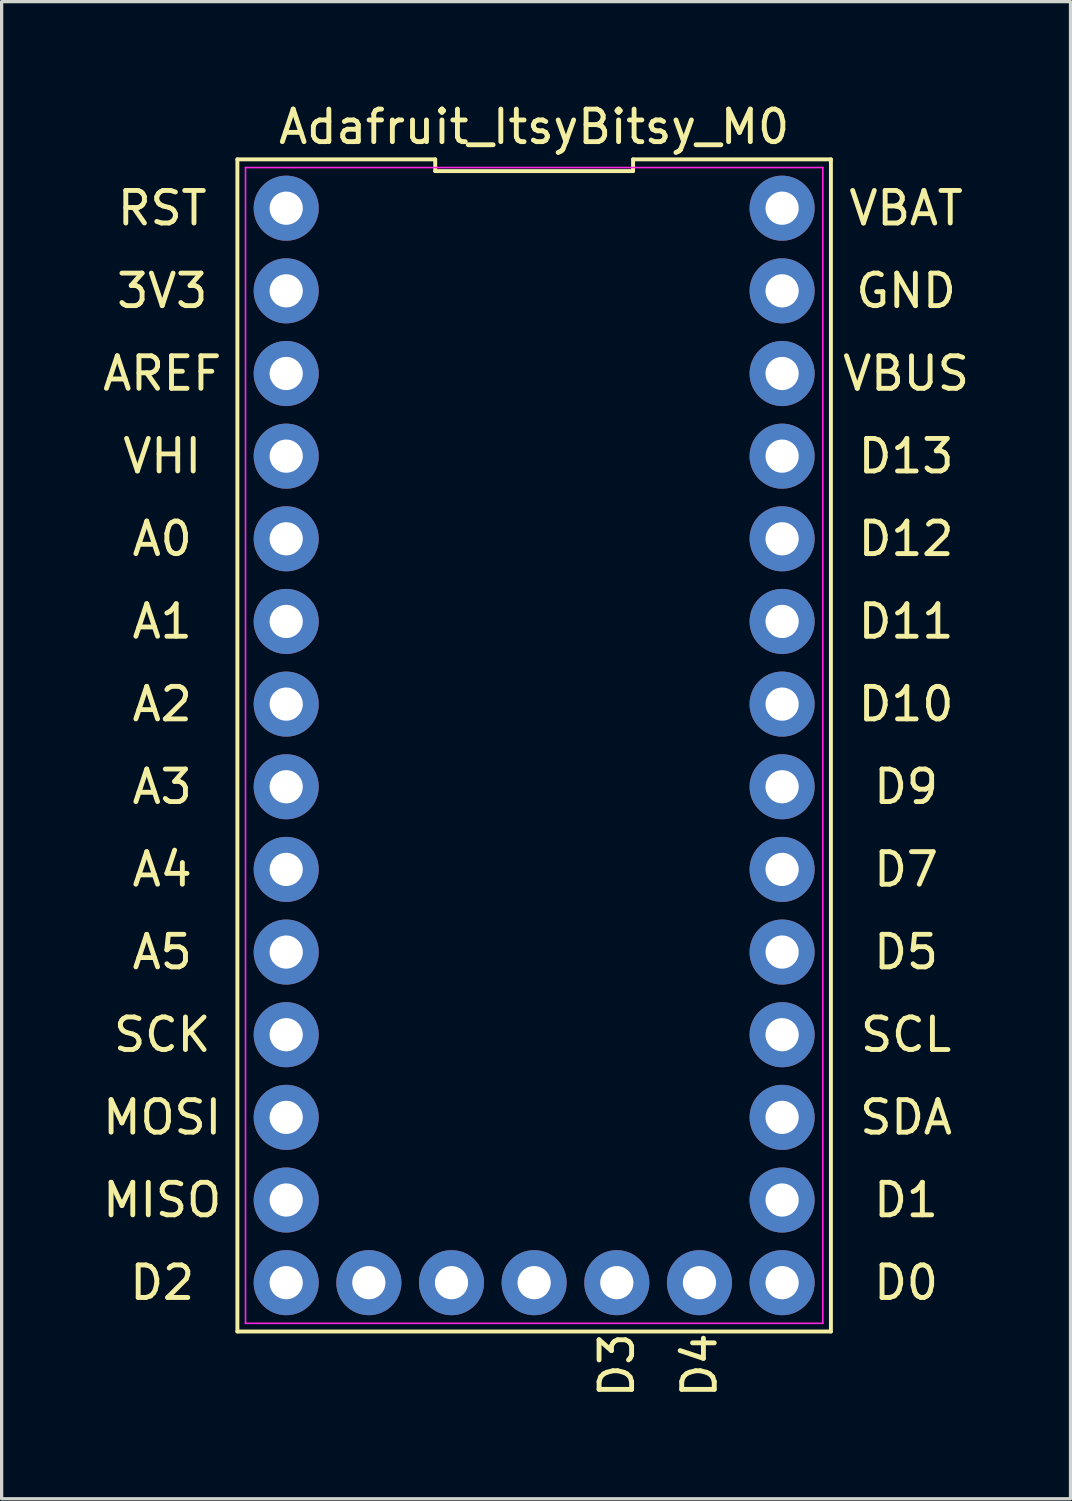
<source format=kicad_pcb>
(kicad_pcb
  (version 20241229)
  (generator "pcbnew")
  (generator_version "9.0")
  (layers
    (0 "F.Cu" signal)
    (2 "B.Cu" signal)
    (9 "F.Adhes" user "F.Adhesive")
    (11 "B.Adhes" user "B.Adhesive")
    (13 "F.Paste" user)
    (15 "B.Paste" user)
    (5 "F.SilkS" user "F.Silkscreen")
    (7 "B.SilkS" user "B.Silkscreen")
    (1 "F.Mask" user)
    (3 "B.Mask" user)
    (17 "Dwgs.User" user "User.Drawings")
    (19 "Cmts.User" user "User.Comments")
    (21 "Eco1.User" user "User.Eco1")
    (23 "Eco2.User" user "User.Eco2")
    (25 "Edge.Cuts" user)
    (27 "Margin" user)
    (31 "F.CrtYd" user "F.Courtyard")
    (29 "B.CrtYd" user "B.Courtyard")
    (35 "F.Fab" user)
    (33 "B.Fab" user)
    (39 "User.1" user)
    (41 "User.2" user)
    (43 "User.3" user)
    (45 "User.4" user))
  (footprint "Adafruit_ItsyBitsy_M0"
    (layer "F.Cu")
    (at 13.365 21.128)
    (property "Reference" "Adafruit_ItsyBitsy_M0" (at 0 -20.28 0) (layer "F.SilkS") (effects (font (size 1 1) (thickness 0.15))))
    (attr through_hole)
    (fp_line (start -9.12 16.74) (end 9.12 16.74) (stroke (width 0.12) (type solid)) (layer "F.SilkS"))
    (fp_line (start -9.12 -19.28) (end -9.12 16.74) (stroke (width 0.12) (type solid)) (layer "F.SilkS"))
    (fp_line (start -3.04 -19.28) (end -9.12 -19.28) (stroke (width 0.12) (type solid)) (layer "F.SilkS"))
    (fp_line (start -3.04 -18.92) (end -3.04 -19.28) (stroke (width 0.12) (type solid)) (layer "F.SilkS"))
    (fp_line (start 3.04 -19.28) (end 3.04 -18.92) (stroke (width 0.12) (type solid)) (layer "F.SilkS"))
    (fp_line (start 3.04 -18.92) (end -3.04 -18.92) (stroke (width 0.12) (type solid)) (layer "F.SilkS"))
    (fp_line (start 9.12 16.74) (end 9.12 -19.28) (stroke (width 0.12) (type solid)) (layer "F.SilkS"))
    (fp_line (start 9.12 -19.28) (end 3.04 -19.28) (stroke (width 0.12) (type solid)) (layer "F.SilkS"))
    (fp_line (start -8.87 -19.03) (end 8.87 -19.03) (stroke (width 0.05) (type solid)) (layer "F.CrtYd"))
    (fp_line (start -8.87 16.49) (end -8.87 -19.03) (stroke (width 0.05) (type solid)) (layer "F.CrtYd"))
    (fp_line (start 8.87 -19.03) (end 8.87 16.49) (stroke (width 0.05) (type solid)) (layer "F.CrtYd"))
    (fp_line (start 8.87 16.49) (end -8.87 16.49) (stroke (width 0.05) (type solid)) (layer "F.CrtYd"))
    (fp_text user "A2" (at -11.43 -2.54 0) (layer "F.SilkS") (effects (font (size 1 1) (thickness 0.15))))
    (fp_text user "MOSI" (at -11.43 10.16 0) (layer "F.SilkS") (effects (font (size 1 1) (thickness 0.15))))
    (fp_text user "SCL" (at 11.43 7.62 0) (layer "F.SilkS") (effects (font (size 1 1) (thickness 0.15))))
    (fp_text user "D3" (at 2.54 17.78 270) (layer "F.SilkS") (effects (font (size 1 1) (thickness 0.15))))
    (fp_text user "D11" (at 11.43 -5.08 0) (layer "F.SilkS") (effects (font (size 1 1) (thickness 0.15))))
    (fp_text user "A4" (at -11.43 2.54 0) (layer "F.SilkS") (effects (font (size 1 1) (thickness 0.15))))
    (fp_text user "SDA" (at 11.43 10.16 0) (layer "F.SilkS") (effects (font (size 1 1) (thickness 0.15))))
    (fp_text user "D13" (at 11.43 -10.16 0) (layer "F.SilkS") (effects (font (size 1 1) (thickness 0.15))))
    (fp_text user "3V3" (at -11.43 -15.24 0) (layer "F.SilkS") (effects (font (size 1 1) (thickness 0.15))))
    (fp_text user "D12" (at 11.43 -7.62 0) (layer "F.SilkS") (effects (font (size 1 1) (thickness 0.15))))
    (fp_text user "GND" (at 11.43 -15.24 0) (layer "F.SilkS") (effects (font (size 1 1) (thickness 0.15))))
    (fp_text user "D7" (at 11.43 2.54 0) (layer "F.SilkS") (effects (font (size 1 1) (thickness 0.15))))
    (fp_text user "A5" (at -11.43 5.08 0) (layer "F.SilkS") (effects (font (size 1 1) (thickness 0.15))))
    (fp_text user "VBUS" (at 11.43 -12.7 0) (layer "F.SilkS") (effects (font (size 1 1) (thickness 0.15))))
    (fp_text user "A0" (at -11.43 -7.62 0) (layer "F.SilkS") (effects (font (size 1 1) (thickness 0.15))))
    (fp_text user "D2" (at -11.43 15.24 0) (layer "F.SilkS") (effects (font (size 1 1) (thickness 0.15))))
    (fp_text user "RST" (at -11.43 -17.78 0) (layer "F.SilkS") (effects (font (size 1 1) (thickness 0.15))))
    (fp_text user "D9" (at 11.43 0 0) (layer "F.SilkS") (effects (font (size 1 1) (thickness 0.15))))
    (fp_text user "D10" (at 11.43 -2.54 0) (layer "F.SilkS") (effects (font (size 1 1) (thickness 0.15))))
    (fp_text user "A3" (at -11.43 0 0) (layer "F.SilkS") (effects (font (size 1 1) (thickness 0.15))))
    (fp_text user "D0" (at 11.43 15.24 0) (layer "F.SilkS") (effects (font (size 1 1) (thickness 0.15))))
    (fp_text user "A1" (at -11.43 -5.08 0) (layer "F.SilkS") (effects (font (size 1 1) (thickness 0.15))))
    (fp_text user "VHI" (at -11.43 -10.16 0) (layer "F.SilkS") (effects (font (size 1 1) (thickness 0.15))))
    (fp_text user "SCK" (at -11.43 7.62 0) (layer "F.SilkS") (effects (font (size 1 1) (thickness 0.15))))
    (fp_text user "MISO" (at -11.43 12.7 0) (layer "F.SilkS") (effects (font (size 1 1) (thickness 0.15))))
    (fp_text user "D5" (at 11.43 5.08 0) (layer "F.SilkS") (effects (font (size 1 1) (thickness 0.15))))
    (fp_text user "D4" (at 5.08 17.78 270) (layer "F.SilkS") (effects (font (size 1 1) (thickness 0.15))))
    (fp_text user "D1" (at 11.43 12.7 0) (layer "F.SilkS") (effects (font (size 1 1) (thickness 0.15))))
    (fp_text user "AREF" (at -11.43 -12.7 0) (layer "F.SilkS") (effects (font (size 1 1) (thickness 0.15))))
    (fp_text user "VBAT" (at 11.43 -17.78 0) (layer "F.SilkS") (effects (font (size 1 1) (thickness 0.15))))
    (pad "3V3" thru_hole circle (at -7.62 -15.24 270) (size 2 2) (drill 1.02) (layers "*.Cu" "*.Mask"))
    (pad "A0" thru_hole circle (at -7.62 -7.62 270) (size 2 2) (drill 1.02) (layers "*.Cu" "*.Mask"))
    (pad "A1" thru_hole circle (at -7.62 -5.08 270) (size 2 2) (drill 1.02) (layers "*.Cu" "*.Mask"))
    (pad "A2" thru_hole circle (at -7.62 -2.54 270) (size 2 2) (drill 1.02) (layers "*.Cu" "*.Mask"))
    (pad "A3" thru_hole circle (at -7.62 0 270) (size 2 2) (drill 1.02) (layers "*.Cu" "*.Mask"))
    (pad "A4" thru_hole circle (at -7.62 2.54 270) (size 2 2) (drill 1.02) (layers "*.Cu" "*.Mask"))
    (pad "A5" thru_hole circle (at -7.62 5.08 270) (size 2 2) (drill 1.02) (layers "*.Cu" "*.Mask"))
    (pad "AREF" thru_hole circle (at -7.62 -12.7 270) (size 2 2) (drill 1.02) (layers "*.Cu" "*.Mask"))
    (pad "D0" thru_hole circle (at 7.62 15.24 270) (size 2 2) (drill 1.02) (layers "*.Cu" "*.Mask"))
    (pad "D1" thru_hole circle (at 7.62 12.7 270) (size 2 2) (drill 1.02) (layers "*.Cu" "*.Mask"))
    (pad "D2" thru_hole circle (at -7.62 15.24 270) (size 2 2) (drill 1.02) (layers "*.Cu" "*.Mask"))
    (pad "D3" thru_hole circle (at 2.54 15.24 270) (size 2 2) (drill 1.02) (layers "*.Cu" "*.Mask"))
    (pad "D4" thru_hole circle (at 5.08 15.24 270) (size 2 2) (drill 1.02) (layers "*.Cu" "*.Mask"))
    (pad "D5" thru_hole circle (at 7.62 5.08 270) (size 2 2) (drill 1.02) (layers "*.Cu" "*.Mask"))
    (pad "D7" thru_hole circle (at 7.62 2.54 270) (size 2 2) (drill 1.02) (layers "*.Cu" "*.Mask"))
    (pad "D9" thru_hole circle (at 7.62 0 270) (size 2 2) (drill 1.02) (layers "*.Cu" "*.Mask"))
    (pad "D10" thru_hole circle (at 7.62 -2.54 270) (size 2 2) (drill 1.02) (layers "*.Cu" "*.Mask"))
    (pad "D11" thru_hole circle (at 7.62 -5.08 270) (size 2 2) (drill 1.02) (layers "*.Cu" "*.Mask"))
    (pad "D12" thru_hole circle (at 7.62 -7.62 270) (size 2 2) (drill 1.02) (layers "*.Cu" "*.Mask"))
    (pad "D13" thru_hole circle (at 7.62 -10.16 270) (size 2 2) (drill 1.02) (layers "*.Cu" "*.Mask"))
    (pad "EN" thru_hole circle (at -5.08 15.24 270) (size 2 2) (drill 1.02) (layers "*.Cu" "*.Mask"))
    (pad "GND" thru_hole circle (at 7.62 -15.24 270) (size 2 2) (drill 1.02) (layers "*.Cu" "*.Mask"))
    (pad "MISO" thru_hole circle (at -7.62 12.7 270) (size 2 2) (drill 1.02) (layers "*.Cu" "*.Mask"))
    (pad "MOSI" thru_hole circle (at -7.62 10.16 270) (size 2 2) (drill 1.02) (layers "*.Cu" "*.Mask"))
    (pad "RST" thru_hole circle (at -7.62 -17.78 270) (size 2 2) (drill 1.02) (layers "*.Cu" "*.Mask"))
    (pad "SCK" thru_hole circle (at -7.62 7.62 270) (size 2 2) (drill 1.02) (layers "*.Cu" "*.Mask"))
    (pad "SCL" thru_hole circle (at 7.62 7.62 270) (size 2 2) (drill 1.02) (layers "*.Cu" "*.Mask"))
    (pad "SDA" thru_hole circle (at 7.62 10.16 270) (size 2 2) (drill 1.02) (layers "*.Cu" "*.Mask"))
    (pad "SWCLK" thru_hole circle (at 0 15.24 270) (size 2 2) (drill 1.02) (layers "*.Cu" "*.Mask"))
    (pad "SWDIO" thru_hole circle (at -2.54 15.24 270) (size 2 2) (drill 1.02) (layers "*.Cu" "*.Mask"))
    (pad "VBAT" thru_hole circle (at 7.62 -17.78 270) (size 2 2) (drill 1.02) (layers "*.Cu" "*.Mask"))
    (pad "VBUS" thru_hole circle (at 7.62 -12.7 270) (size 2 2) (drill 1.02) (layers "*.Cu" "*.Mask"))
    (pad "VHI" thru_hole circle (at -7.62 -10.16 270) (size 2 2) (drill 1.02) (layers "*.Cu" "*.Mask")))
  (gr_rect
    (start -3 -3)
    (end 29.848 43.009)
    (stroke (width 0.1) (type default))
    (fill no)
    (layer "Edge.Cuts")))
</source>
